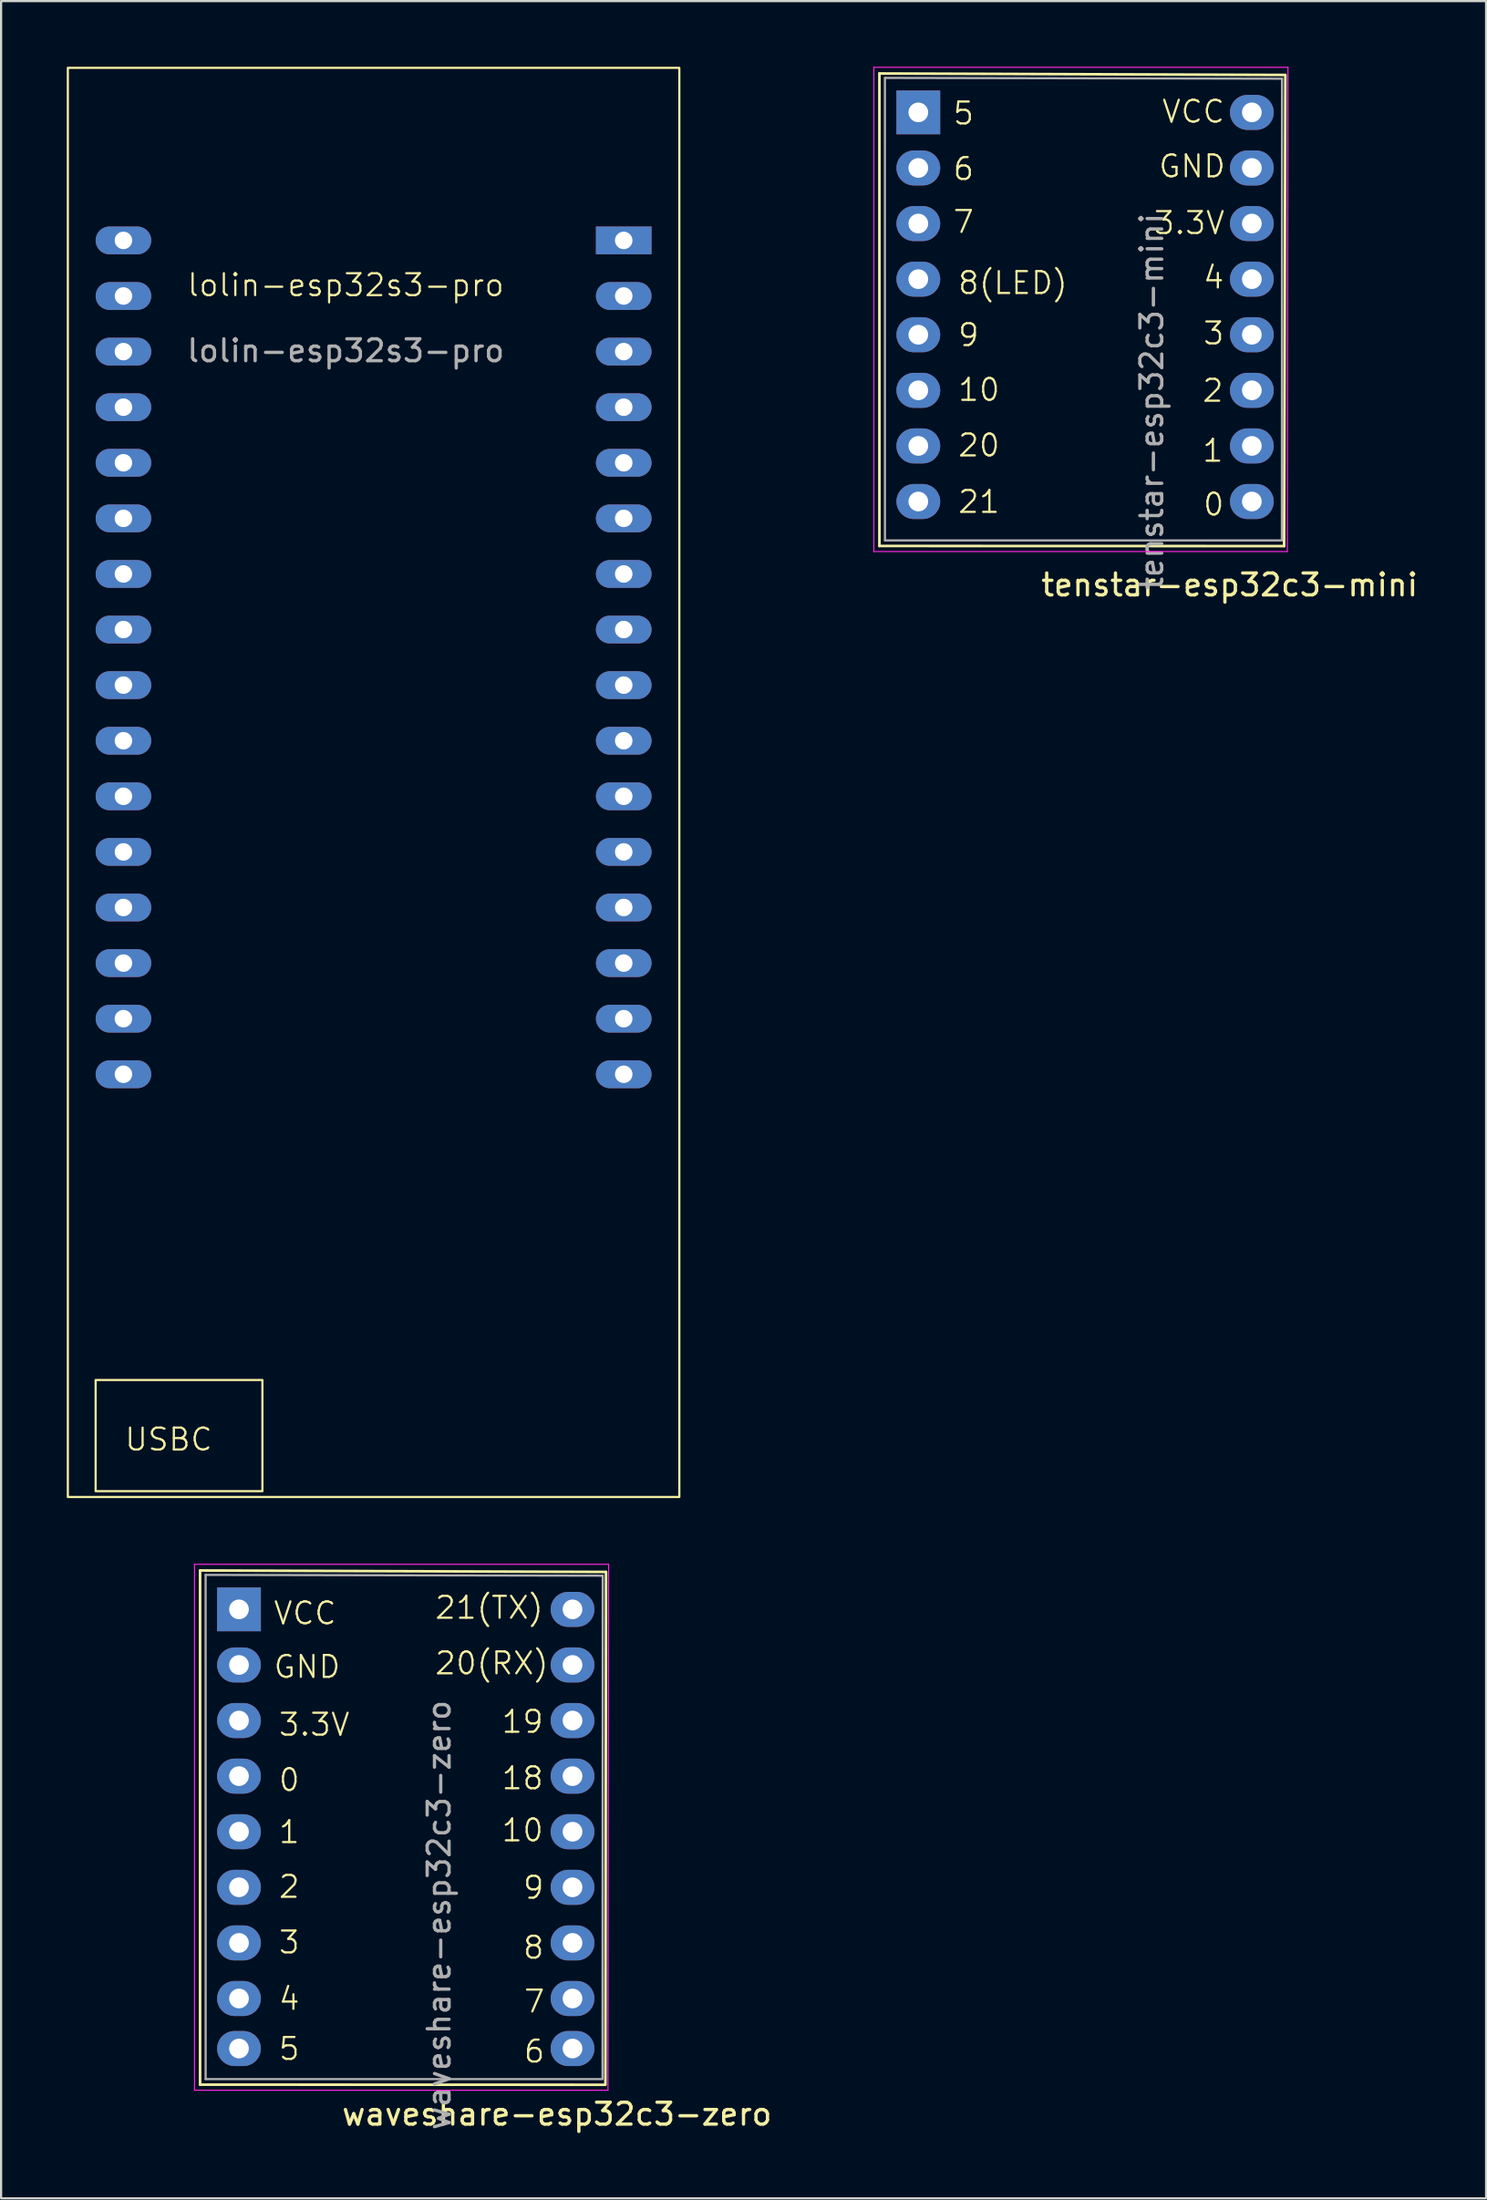
<source format=kicad_pcb>
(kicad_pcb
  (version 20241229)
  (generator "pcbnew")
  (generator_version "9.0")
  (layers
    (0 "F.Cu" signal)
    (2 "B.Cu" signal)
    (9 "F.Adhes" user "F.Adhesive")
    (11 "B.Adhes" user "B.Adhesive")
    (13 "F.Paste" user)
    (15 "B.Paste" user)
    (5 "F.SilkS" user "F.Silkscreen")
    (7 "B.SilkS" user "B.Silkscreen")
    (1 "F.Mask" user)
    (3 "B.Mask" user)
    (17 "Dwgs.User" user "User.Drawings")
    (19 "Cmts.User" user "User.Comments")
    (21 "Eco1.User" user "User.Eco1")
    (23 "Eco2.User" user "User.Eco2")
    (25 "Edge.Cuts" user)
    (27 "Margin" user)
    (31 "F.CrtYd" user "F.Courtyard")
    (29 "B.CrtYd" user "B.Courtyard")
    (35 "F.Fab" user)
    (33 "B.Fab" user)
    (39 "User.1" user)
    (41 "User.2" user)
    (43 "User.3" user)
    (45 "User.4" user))
  (footprint "lolin-esp32s3-pro"
    (layer "F.Cu")
    (at 12.75 10.475)
    (property "Reference" "lolin-esp32s3-pro" (at 0 -0.5 0) (unlocked yes) (layer "F.SilkS") (effects (font (size 1 1) (thickness 0.1))))
    (attr through_hole)
    (fp_rect (start -12.7 -10.425) (end 15.24 54.875) (stroke (width 0.1) (type solid)) (fill no) (layer "F.SilkS"))
    (fp_rect (start -11.43 49.53) (end -3.81 54.61) (stroke (width 0.1) (type default)) (fill no) (layer "F.SilkS"))
    (fp_text user "USBC" (at -10.16 52.832 0) (unlocked yes) (layer "F.SilkS") (effects (font (size 1 1) (thickness 0.1)) (justify left bottom)))
    (fp_text user "${REFERENCE}" (at 0 2.5 0) (unlocked yes) (layer "F.Fab") (effects (font (size 1 1) (thickness 0.15))))
    (pad "1" thru_hole rect (at 12.7 -2.54) (size 2.54 1.27) (drill 0.8) (layers "*.Cu" "*.Mask"))
    (pad "2" thru_hole oval (at 12.7 0) (size 2.54 1.27) (drill 0.8) (layers "*.Cu" "*.Mask"))
    (pad "3" thru_hole oval (at 12.7 2.54) (size 2.54 1.27) (drill 0.8) (layers "*.Cu" "*.Mask"))
    (pad "4" thru_hole oval (at 12.7 5.08) (size 2.54 1.27) (drill 0.8) (layers "*.Cu" "*.Mask"))
    (pad "5" thru_hole oval (at 12.7 7.62) (size 2.54 1.27) (drill 0.8) (layers "*.Cu" "*.Mask"))
    (pad "6" thru_hole oval (at 12.7 10.16) (size 2.54 1.27) (drill 0.8) (layers "*.Cu" "*.Mask"))
    (pad "7" thru_hole oval (at 12.7 12.7) (size 2.54 1.27) (drill 0.8) (layers "*.Cu" "*.Mask"))
    (pad "8" thru_hole oval (at 12.7 15.24) (size 2.54 1.27) (drill 0.8) (layers "*.Cu" "*.Mask"))
    (pad "9" thru_hole oval (at 12.7 17.78) (size 2.54 1.27) (drill 0.8) (layers "*.Cu" "*.Mask"))
    (pad "10" thru_hole oval (at 12.7 20.32) (size 2.54 1.27) (drill 0.8) (layers "*.Cu" "*.Mask"))
    (pad "11" thru_hole oval (at 12.7 22.86) (size 2.54 1.27) (drill 0.8) (layers "*.Cu" "*.Mask"))
    (pad "12" thru_hole oval (at 12.7 25.4) (size 2.54 1.27) (drill 0.8) (layers "*.Cu" "*.Mask"))
    (pad "13" thru_hole oval (at 12.7 27.94) (size 2.54 1.27) (drill 0.8) (layers "*.Cu" "*.Mask"))
    (pad "14" thru_hole oval (at 12.7 30.48) (size 2.54 1.27) (drill 0.8) (layers "*.Cu" "*.Mask"))
    (pad "15" thru_hole oval (at 12.7 33.02) (size 2.54 1.27) (drill 0.8) (layers "*.Cu" "*.Mask"))
    (pad "16" thru_hole oval (at 12.7 35.56) (size 2.54 1.27) (drill 0.8) (layers "*.Cu" "*.Mask"))
    (pad "17" thru_hole oval (at -10.16 35.56) (size 2.54 1.27) (drill 0.8) (layers "*.Cu" "*.Mask"))
    (pad "18" thru_hole oval (at -10.16 33.02) (size 2.54 1.27) (drill 0.8) (layers "*.Cu" "*.Mask"))
    (pad "19" thru_hole oval (at -10.16 30.48) (size 2.54 1.27) (drill 0.8) (layers "*.Cu" "*.Mask"))
    (pad "20" thru_hole oval (at -10.16 27.94) (size 2.54 1.27) (drill 0.8) (layers "*.Cu" "*.Mask"))
    (pad "21" thru_hole oval (at -10.16 25.4) (size 2.54 1.27) (drill 0.8) (layers "*.Cu" "*.Mask"))
    (pad "22" thru_hole oval (at -10.16 22.86) (size 2.54 1.27) (drill 0.8) (layers "*.Cu" "*.Mask"))
    (pad "23" thru_hole oval (at -10.16 20.32) (size 2.54 1.27) (drill 0.8) (layers "*.Cu" "*.Mask"))
    (pad "24" thru_hole oval (at -10.16 17.78) (size 2.54 1.27) (drill 0.8) (layers "*.Cu" "*.Mask"))
    (pad "25" thru_hole oval (at -10.16 15.24) (size 2.54 1.27) (drill 0.8) (layers "*.Cu" "*.Mask"))
    (pad "26" thru_hole oval (at -10.16 12.7) (size 2.54 1.27) (drill 0.8) (layers "*.Cu" "*.Mask"))
    (pad "27" thru_hole oval (at -10.16 10.16) (size 2.54 1.27) (drill 0.8) (layers "*.Cu" "*.Mask"))
    (pad "28" thru_hole oval (at -10.16 7.62) (size 2.54 1.27) (drill 0.8) (layers "*.Cu" "*.Mask"))
    (pad "29" thru_hole oval (at -10.16 5.08) (size 2.54 1.27) (drill 0.8) (layers "*.Cu" "*.Mask"))
    (pad "30" thru_hole oval (at -10.16 2.54) (size 2.54 1.27) (drill 0.8) (layers "*.Cu" "*.Mask"))
    (pad "31" thru_hole oval (at -10.16 0) (size 2.54 1.27) (drill 0.8) (layers "*.Cu" "*.Mask"))
    (pad "32" thru_hole oval (at -10.16 -2.54) (size 2.54 1.27) (drill 0.8) (layers "*.Cu" "*.Mask")))
  (footprint "waveshare-esp32c3-zero"
    (layer "F.Cu")
    (at 0.25 70.485)
    (property "Reference" "waveshare-esp32c3-zero" (at 22.149 23.063 0) (layer "F.SilkS") (effects (font (size 1 1) (thickness 0.15))))
    (attr through_hole)
    (fp_line (start 5.842 21.717) (end 5.842 -1.778) (stroke (width 0.12) (type solid)) (layer "F.SilkS"))
    (fp_line (start 5.842 21.717) (end 24.333 21.722) (stroke (width 0.12) (type solid)) (layer "F.SilkS"))
    (fp_line (start 24.363 21.723) (end 24.392 -1.71) (stroke (width 0.12) (type solid)) (layer "F.SilkS"))
    (fp_line (start 24.384 -1.71) (end 5.842 -1.778) (stroke (width 0.12) (type solid)) (layer "F.SilkS"))
    (fp_line (start 5.588 -2.06) (end 24.51 -2.06) (stroke (width 0.05) (type solid)) (layer "F.CrtYd"))
    (fp_line (start 5.588 21.971) (end 5.588 -2.06) (stroke (width 0.05) (type solid)) (layer "F.CrtYd"))
    (fp_line (start 24.48 21.971) (end 5.588 21.971) (stroke (width 0.05) (type solid)) (layer "F.CrtYd"))
    (fp_line (start 24.51 -2.06) (end 24.48 21.971) (stroke (width 0.05) (type solid)) (layer "F.CrtYd"))
    (fp_line (start 6.095 -1.575) (end 6.096 21.463) (stroke (width 0.1) (type solid)) (layer "F.Fab"))
    (fp_line (start 6.096 21.463) (end 24.181 21.463) (stroke (width 0.1) (type solid)) (layer "F.Fab"))
    (fp_line (start 24.231 21.463) (end 24.24 -1.539) (stroke (width 0.1) (type solid)) (layer "F.Fab"))
    (fp_line (start 24.24 -1.539) (end 6.095 -1.575) (stroke (width 0.1) (type solid)) (layer "F.Fab"))
    (fp_text user "GND" (at 9.144 3.21 0) (unlocked yes) (layer "F.SilkS") (effects (font (size 1 1) (thickness 0.1)) (justify left bottom)))
    (fp_text user "10" (at 19.558 10.68 0) (unlocked yes) (layer "F.SilkS") (effects (font (size 1 1) (thickness 0.1)) (justify left bottom)))
    (fp_text user "5" (at 9.374 20.666 0) (unlocked yes) (layer "F.SilkS") (effects (font (size 1 1) (thickness 0.1)) (justify left bottom)))
    (fp_text user "6" (at 20.574 20.786 0) (unlocked yes) (layer "F.SilkS") (effects (font (size 1 1) (thickness 0.1)) (justify left bottom)))
    (fp_text user "7" (at 20.574 18.5 0) (unlocked yes) (layer "F.SilkS") (effects (font (size 1 1) (thickness 0.1)) (justify left bottom)))
    (fp_text user "19" (at 19.558 5.72 0) (unlocked yes) (layer "F.SilkS") (effects (font (size 1 1) (thickness 0.1)) (justify left bottom)))
    (fp_text user "VCC" (at 9.144 0.762 0) (unlocked yes) (layer "F.SilkS") (effects (font (size 1 1) (thickness 0.1)) (justify left bottom)))
    (fp_text user "1" (at 9.374 10.76 0) (unlocked yes) (layer "F.SilkS") (effects (font (size 1 1) (thickness 0.1)) (justify left bottom)))
    (fp_text user "3" (at 9.374 15.8 0) (unlocked yes) (layer "F.SilkS") (effects (font (size 1 1) (thickness 0.1)) (justify left bottom)))
    (fp_text user "18" (at 19.558 8.3 0) (unlocked yes) (layer "F.SilkS") (effects (font (size 1 1) (thickness 0.1)) (justify left bottom)))
    (fp_text user "3.3V" (at 9.374 5.85 0) (unlocked yes) (layer "F.SilkS") (effects (font (size 1 1) (thickness 0.1)) (justify left bottom)))
    (fp_text user "8" (at 20.537 16.04 0) (unlocked yes) (layer "F.SilkS") (effects (font (size 1 1) (thickness 0.1)) (justify left bottom)))
    (fp_text user "20(RX)" (at 16.51 3.048 0) (unlocked yes) (layer "F.SilkS") (effects (font (size 1 1) (thickness 0.1)) (justify left bottom)))
    (fp_text user "0" (at 9.374 8.38 0) (unlocked yes) (layer "F.SilkS") (effects (font (size 1 1) (thickness 0.1)) (justify left bottom)))
    (fp_text user "4" (at 9.374 18.38 0) (unlocked yes) (layer "F.SilkS") (effects (font (size 1 1) (thickness 0.1)) (justify left bottom)))
    (fp_text user "21(TX)" (at 16.51 0.508 0) (unlocked yes) (layer "F.SilkS") (effects (font (size 1 1) (thickness 0.1)) (justify left bottom)))
    (fp_text user "2" (at 9.374 13.26 0) (unlocked yes) (layer "F.SilkS") (effects (font (size 1 1) (thickness 0.1)) (justify left bottom)))
    (fp_text user "9" (at 20.537 13.3 0) (unlocked yes) (layer "F.SilkS") (effects (font (size 1 1) (thickness 0.1)) (justify left bottom)))
    (fp_text user "${REFERENCE}" (at 16.764 13.97 90) (layer "F.Fab") (effects (font (size 1 1) (thickness 0.15))))
    (pad "1" thru_hole rect (at 7.62 0) (size 2 2) (drill 0.9) (layers "*.Cu" "*.Mask"))
    (pad "2" thru_hole oval (at 7.62 2.54) (size 2 1.6) (drill 0.9) (layers "*.Cu" "*.Mask"))
    (pad "3" thru_hole oval (at 7.62 5.08) (size 2 1.6) (drill 0.9) (layers "*.Cu" "*.Mask"))
    (pad "4" thru_hole oval (at 7.62 7.62) (size 2 1.6) (drill 0.9) (layers "*.Cu" "*.Mask"))
    (pad "5" thru_hole oval (at 7.62 10.16) (size 2 1.6) (drill 0.9) (layers "*.Cu" "*.Mask"))
    (pad "6" thru_hole oval (at 7.62 12.7) (size 2 1.6) (drill 0.9) (layers "*.Cu" "*.Mask"))
    (pad "7" thru_hole oval (at 7.62 15.24) (size 2 1.6) (drill 0.9) (layers "*.Cu" "*.Mask"))
    (pad "8" thru_hole oval (at 7.62 17.78) (size 2 1.6) (drill 0.9) (layers "*.Cu" "*.Mask"))
    (pad "9" thru_hole oval (at 7.62 20.066) (size 2 1.6) (drill 0.9) (layers "*.Cu" "*.Mask"))
    (pad "10" thru_hole oval (at 22.86 20.066) (size 2 1.6) (drill 0.9) (layers "*.Cu" "*.Mask"))
    (pad "11" thru_hole oval (at 22.86 17.78) (size 2 1.6) (drill 0.9) (layers "*.Cu" "*.Mask"))
    (pad "12" thru_hole oval (at 22.86 15.24) (size 2 1.6) (drill 0.9) (layers "*.Cu" "*.Mask"))
    (pad "13" thru_hole oval (at 22.86 12.7) (size 2 1.6) (drill 0.9) (layers "*.Cu" "*.Mask"))
    (pad "14" thru_hole oval (at 22.86 10.16) (size 2 1.6) (drill 0.9) (layers "*.Cu" "*.Mask"))
    (pad "15" thru_hole oval (at 22.86 7.62) (size 2 1.6) (drill 0.9) (layers "*.Cu" "*.Mask"))
    (pad "16" thru_hole oval (at 22.86 5.08) (size 2 1.6) (drill 0.9) (layers "*.Cu" "*.Mask"))
    (pad "17" thru_hole oval (at 22.86 2.54) (size 2 1.6) (drill 0.9) (layers "*.Cu" "*.Mask"))
    (pad "18" thru_hole oval (at 22.86 0) (size 2 1.6) (drill 0.9) (layers "*.Cu" "*.Mask")))
  (footprint "tenstar-esp32c3-mini"
    (layer "F.Cu")
    (at 31.29 2.085)
    (property "Reference" "tenstar-esp32c3-mini" (at 21.844 21.59 0) (layer "F.SilkS") (effects (font (size 1 1) (thickness 0.15))))
    (attr through_hole)
    (fp_line (start 5.842 19.812) (end 5.842 -1.778) (stroke (width 0.12) (type solid)) (layer "F.SilkS"))
    (fp_line (start 5.842 19.812) (end 24.333 19.817) (stroke (width 0.12) (type solid)) (layer "F.SilkS"))
    (fp_line (start 24.333 19.817) (end 24.392 -1.71) (stroke (width 0.12) (type solid)) (layer "F.SilkS"))
    (fp_line (start 24.384 -1.71) (end 5.842 -1.778) (stroke (width 0.12) (type solid)) (layer "F.SilkS"))
    (fp_line (start 5.588 -2.06) (end 24.51 -2.06) (stroke (width 0.05) (type solid)) (layer "F.CrtYd"))
    (fp_line (start 5.588 20.066) (end 5.588 -2.06) (stroke (width 0.05) (type solid)) (layer "F.CrtYd"))
    (fp_line (start 24.48 20.066) (end 5.588 20.066) (stroke (width 0.05) (type solid)) (layer "F.CrtYd"))
    (fp_line (start 24.51 -2.06) (end 24.48 20.066) (stroke (width 0.05) (type solid)) (layer "F.CrtYd"))
    (fp_line (start 6.095 -1.575) (end 6.096 19.558) (stroke (width 0.1) (type solid)) (layer "F.Fab"))
    (fp_line (start 6.096 19.558) (end 24.181 19.558) (stroke (width 0.1) (type solid)) (layer "F.Fab"))
    (fp_line (start 24.232 19.558) (end 24.24 -1.539) (stroke (width 0.1) (type solid)) (layer "F.Fab"))
    (fp_line (start 24.24 -1.539) (end 6.095 -1.575) (stroke (width 0.1) (type solid)) (layer "F.Fab"))
    (fp_text user "3" (at 20.574 10.68 0) (unlocked yes) (layer "F.SilkS") (effects (font (size 1 1) (thickness 0.1)) (justify left bottom)))
    (fp_text user "7" (at 9.144 5.588 0) (unlocked yes) (layer "F.SilkS") (effects (font (size 1 1) (thickness 0.1)) (justify left bottom)))
    (fp_text user "20" (at 9.374 15.8 0) (unlocked yes) (layer "F.SilkS") (effects (font (size 1 1) (thickness 0.1)) (justify left bottom)))
    (fp_text user "6" (at 9.144 3.17 0) (unlocked yes) (layer "F.SilkS") (effects (font (size 1 1) (thickness 0.1)) (justify left bottom)))
    (fp_text user "8(LED)" (at 9.374 8.38 0) (unlocked yes) (layer "F.SilkS") (effects (font (size 1 1) (thickness 0.1)) (justify left bottom)))
    (fp_text user "2" (at 20.537 13.3 0) (unlocked yes) (layer "F.SilkS") (effects (font (size 1 1) (thickness 0.1)) (justify left bottom)))
    (fp_text user "5" (at 9.144 0.63 0) (unlocked yes) (layer "F.SilkS") (effects (font (size 1 1) (thickness 0.1)) (justify left bottom)))
    (fp_text user "VCC" (at 18.694 0.549 0) (unlocked yes) (layer "F.SilkS") (effects (font (size 1 1) (thickness 0.1)) (justify left bottom)))
    (fp_text user "GND" (at 18.542 3.048 0) (unlocked yes) (layer "F.SilkS") (effects (font (size 1 1) (thickness 0.1)) (justify left bottom)))
    (fp_text user "3.3V" (at 18.315 5.637 0) (unlocked yes) (layer "F.SilkS") (effects (font (size 1 1) (thickness 0.1)) (justify left bottom)))
    (fp_text user "1" (at 20.537 16.04 0) (unlocked yes) (layer "F.SilkS") (effects (font (size 1 1) (thickness 0.1)) (justify left bottom)))
    (fp_text user "10" (at 9.374 13.26 0) (unlocked yes) (layer "F.SilkS") (effects (font (size 1 1) (thickness 0.1)) (justify left bottom)))
    (fp_text user "0" (at 20.574 18.5 0) (unlocked yes) (layer "F.SilkS") (effects (font (size 1 1) (thickness 0.1)) (justify left bottom)))
    (fp_text user "9" (at 9.374 10.76 0) (unlocked yes) (layer "F.SilkS") (effects (font (size 1 1) (thickness 0.1)) (justify left bottom)))
    (fp_text user "4" (at 20.574 8.128 0) (unlocked yes) (layer "F.SilkS") (effects (font (size 1 1) (thickness 0.1)) (justify left bottom)))
    (fp_text user "21" (at 9.374 18.38 0) (unlocked yes) (layer "F.SilkS") (effects (font (size 1 1) (thickness 0.1)) (justify left bottom)))
    (fp_text user "${REFERENCE}" (at 18.288 13.208 90) (layer "F.Fab") (effects (font (size 1 1) (thickness 0.15))))
    (pad "1" thru_hole rect (at 7.62 0) (size 2 2) (drill 0.9) (layers "*.Cu" "*.Mask"))
    (pad "2" thru_hole oval (at 7.62 2.54) (size 2 1.6) (drill 0.9) (layers "*.Cu" "*.Mask"))
    (pad "3" thru_hole oval (at 7.62 5.08) (size 2 1.6) (drill 0.9) (layers "*.Cu" "*.Mask"))
    (pad "4" thru_hole oval (at 7.62 7.62) (size 2 1.6) (drill 0.9) (layers "*.Cu" "*.Mask"))
    (pad "5" thru_hole oval (at 7.62 10.16) (size 2 1.6) (drill 0.9) (layers "*.Cu" "*.Mask"))
    (pad "6" thru_hole oval (at 7.62 12.7) (size 2 1.6) (drill 0.9) (layers "*.Cu" "*.Mask"))
    (pad "7" thru_hole oval (at 7.62 15.24) (size 2 1.6) (drill 0.9) (layers "*.Cu" "*.Mask"))
    (pad "8" thru_hole oval (at 7.62 17.78) (size 2 1.6) (drill 0.9) (layers "*.Cu" "*.Mask"))
    (pad "9" thru_hole oval (at 22.86 17.78) (size 2 1.6) (drill 0.9) (layers "*.Cu" "*.Mask"))
    (pad "10" thru_hole oval (at 22.86 15.24) (size 2 1.6) (drill 0.9) (layers "*.Cu" "*.Mask"))
    (pad "11" thru_hole oval (at 22.86 12.7) (size 2 1.6) (drill 0.9) (layers "*.Cu" "*.Mask"))
    (pad "12" thru_hole oval (at 22.86 10.16) (size 2 1.6) (drill 0.9) (layers "*.Cu" "*.Mask"))
    (pad "13" thru_hole oval (at 22.86 7.62) (size 2 1.6) (drill 0.9) (layers "*.Cu" "*.Mask"))
    (pad "14" thru_hole oval (at 22.86 5.08) (size 2 1.6) (drill 0.9) (layers "*.Cu" "*.Mask"))
    (pad "15" thru_hole oval (at 22.86 2.54) (size 2 1.6) (drill 0.9) (layers "*.Cu" "*.Mask"))
    (pad "16" thru_hole oval (at 22.86 0) (size 2 1.6) (drill 0.9) (layers "*.Cu" "*.Mask")))
  (gr_rect
    (start -3 -3)
    (end 64.854 97.396)
    (stroke (width 0.1) (type default))
    (fill no)
    (layer "Edge.Cuts")))
</source>
